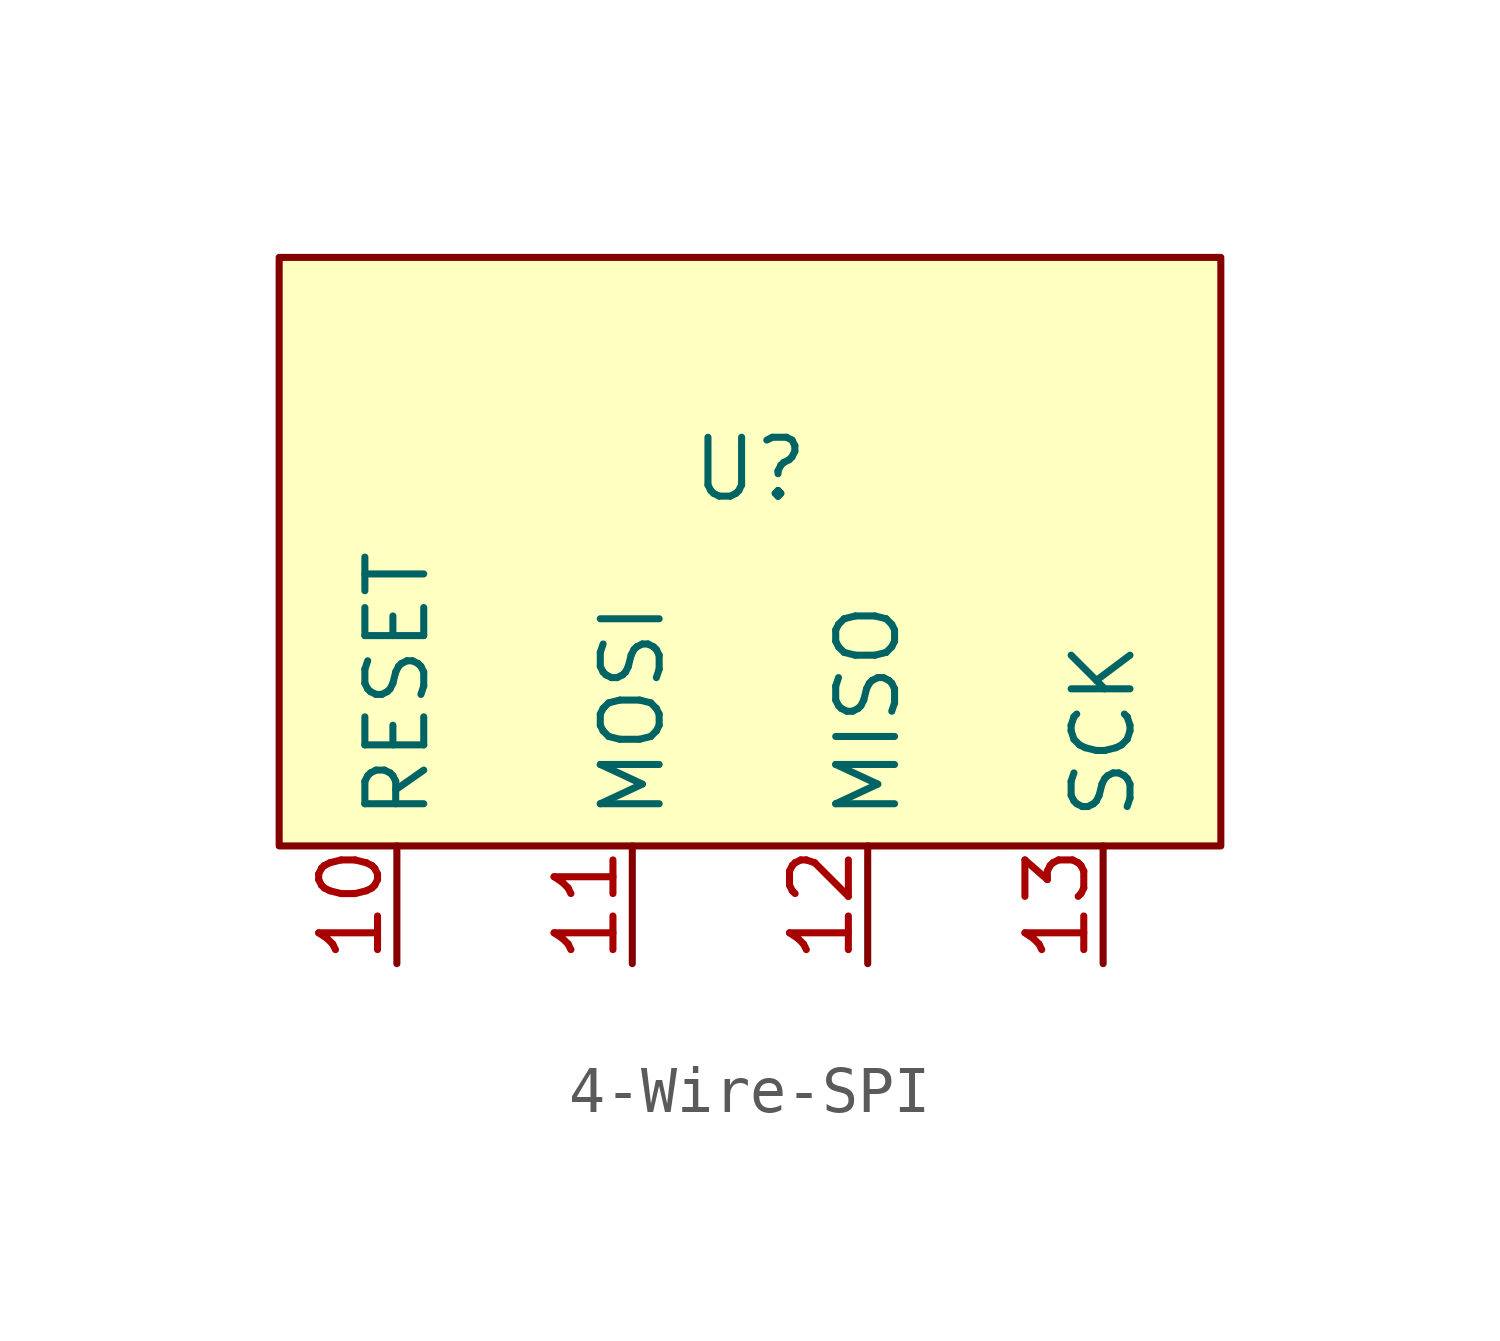
<source format=kicad_sym>
(kicad_symbol_lib
  (version 20241209)
  (generator "kicad_symbol_editor")
  (generator_version "9.0")
  (symbol "4-Wire-SPI"
    (property "Reference" "U"
      (at 0 1.778 0)
      (effects (font (size 1.27 1.27))))
    (property "Value" ""
      (at 0 0 0)
      (effects (font (size 1.27 1.27))))
    (symbol "4-Wire-SPI_1_0"
      (pin input line (at -7.62 -8.89 90) (length 2.54) (name "RESET\n" (effects (font (size 1.27 1.27)))) (number "10" (effects (font (size 1.27 1.27)))))
      (pin output line (at -2.54 -8.89 90) (length 2.54) (name "MOSI" (effects (font (size 1.27 1.27)))) (number "11" (effects (font (size 1.27 1.27)))))
      (pin input line (at 2.54 -8.89 90) (length 2.54) (name "MISO" (effects (font (size 1.27 1.27)))) (number "12" (effects (font (size 1.27 1.27)))))
      (pin input line (at 7.62 -8.89 90) (length 2.54) (name "SCK" (effects (font (size 1.27 1.27)))) (number "13" (effects (font (size 1.27 1.27))))))
    (symbol "4-Wire-SPI_1_1"
      (rectangle (start -10.16 6.35) (end 10.16 -6.35) (stroke (width 0) (type solid)) (fill (type background))))))
</source>
